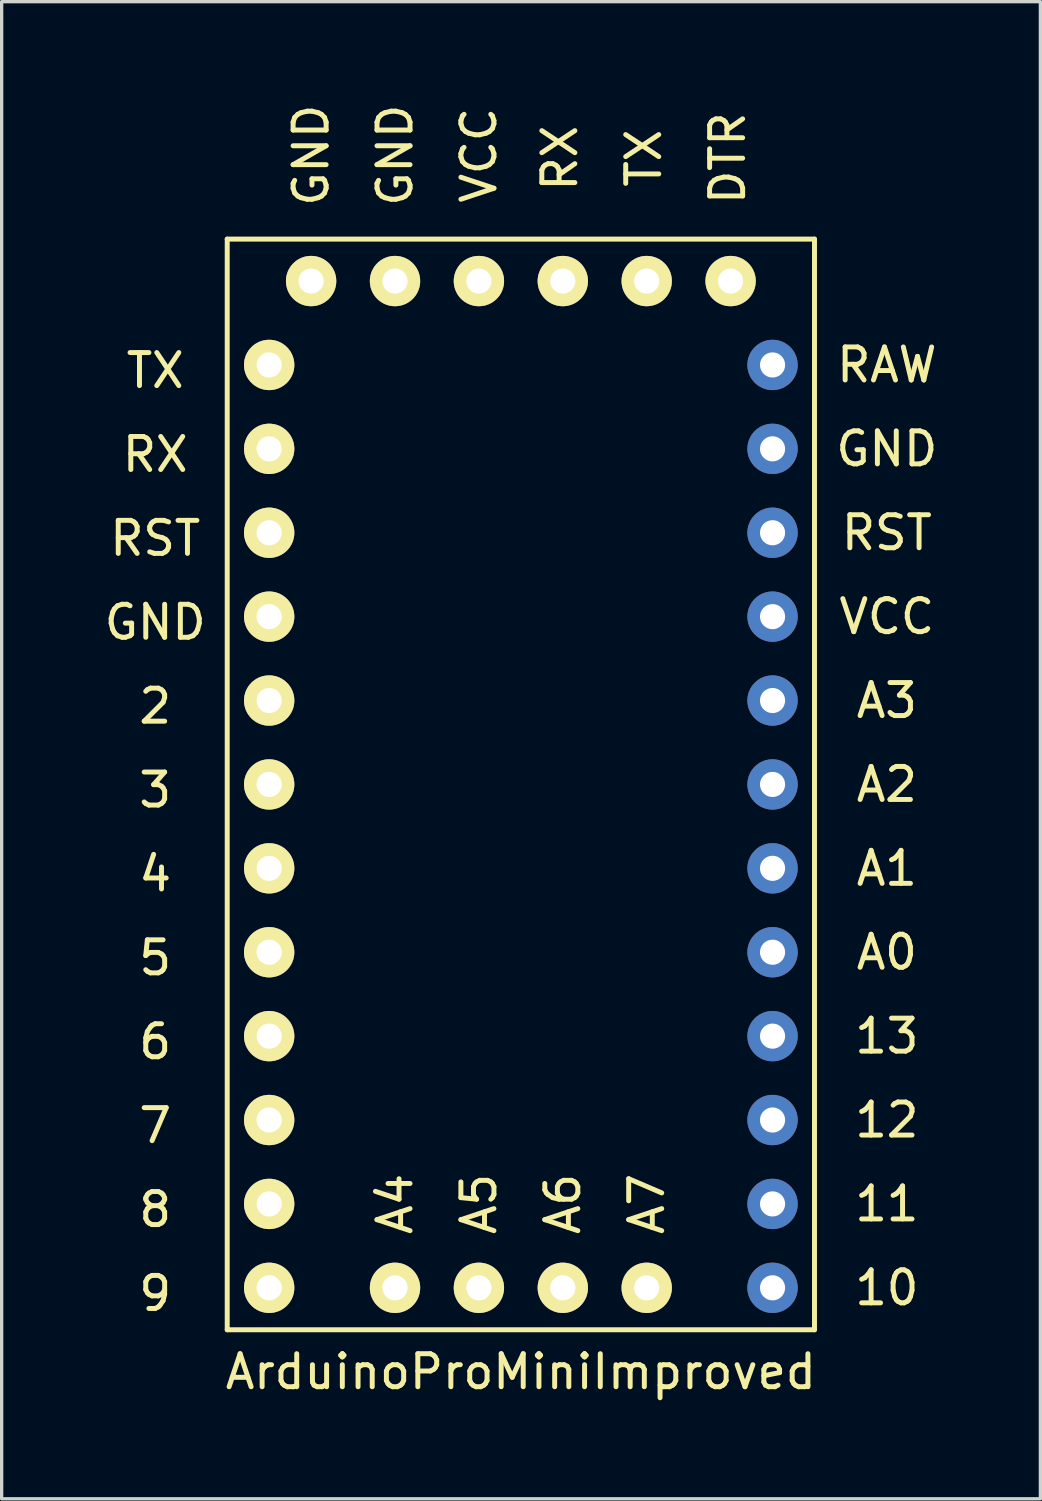
<source format=kicad_pcb>
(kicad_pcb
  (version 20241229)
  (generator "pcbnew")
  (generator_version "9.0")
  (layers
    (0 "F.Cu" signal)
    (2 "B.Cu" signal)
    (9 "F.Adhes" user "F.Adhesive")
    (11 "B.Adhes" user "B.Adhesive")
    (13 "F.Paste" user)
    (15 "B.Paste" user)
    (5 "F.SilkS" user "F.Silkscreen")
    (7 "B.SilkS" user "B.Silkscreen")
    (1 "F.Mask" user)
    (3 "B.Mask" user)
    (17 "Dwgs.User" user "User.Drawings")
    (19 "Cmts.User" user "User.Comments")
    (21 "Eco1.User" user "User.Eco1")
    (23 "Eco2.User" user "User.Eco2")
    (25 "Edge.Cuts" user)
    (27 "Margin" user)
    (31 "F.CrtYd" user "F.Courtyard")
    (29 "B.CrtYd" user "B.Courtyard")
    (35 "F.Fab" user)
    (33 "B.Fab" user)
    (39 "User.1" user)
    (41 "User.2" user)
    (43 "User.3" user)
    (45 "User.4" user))
  (footprint "ArduinoProMiniImproved"
    (layer "F.Cu")
    (at 12.719 15.619)
    (property "Reference" "ArduinoProMiniImproved" (at 0 22.86 0) (layer "F.SilkS") (effects (font (size 1 1) (thickness 0.15))))
    (attr through_hole)
    (fp_line (start -8.89 -11.43) (end 8.89 -11.43) (stroke (width 0.15) (type solid)) (layer "F.SilkS"))
    (fp_line (start -8.89 21.59) (end -8.89 -11.43) (stroke (width 0.15) (type solid)) (layer "F.SilkS"))
    (fp_line (start 8.89 -11.43) (end 8.89 21.59) (stroke (width 0.15) (type solid)) (layer "F.SilkS"))
    (fp_line (start 8.89 21.59) (end -8.89 21.59) (stroke (width 0.15) (type solid)) (layer "F.SilkS"))
    (fp_text user "RX" (at 1.18 -13.88 90) (layer "F.SilkS") (effects (font (size 1 1) (thickness 0.15))))
    (fp_text user "A6" (at 1.27 17.78 90) (layer "F.SilkS") (effects (font (size 1 1) (thickness 0.15))))
    (fp_text user "TX" (at -11.07 -7.45 0) (layer "F.SilkS") (effects (font (size 1 1) (thickness 0.15))))
    (fp_text user "A7" (at 3.81 17.78 90) (layer "F.SilkS") (effects (font (size 1 1) (thickness 0.15))))
    (fp_text user "RX" (at -11.07 -4.91 0) (layer "F.SilkS") (effects (font (size 1 1) (thickness 0.15))))
    (fp_text user "TX" (at 3.72 -13.88 90) (layer "F.SilkS") (effects (font (size 1 1) (thickness 0.15))))
    (fp_text user "13" (at 11.08 12.7 0) (layer "F.SilkS") (effects (font (size 1 1) (thickness 0.15))))
    (fp_text user "VCC" (at -1.27 -13.97 90) (layer "F.SilkS") (effects (font (size 1 1) (thickness 0.15))))
    (fp_text user "4" (at -11.07 7.79 0) (layer "F.SilkS") (effects (font (size 1 1) (thickness 0.15))))
    (fp_text user "5" (at -11.07 10.33 0) (layer "F.SilkS") (effects (font (size 1 1) (thickness 0.15))))
    (fp_text user "DTR" (at 6.26 -13.88 90) (layer "F.SilkS") (effects (font (size 1 1) (thickness 0.15))))
    (fp_text user "A3" (at 11.08 2.54 0) (layer "F.SilkS") (effects (font (size 1 1) (thickness 0.15))))
    (fp_text user "10" (at 11.08 20.32 0) (layer "F.SilkS") (effects (font (size 1 1) (thickness 0.15))))
    (fp_text user "A2" (at 11.08 5.08 0) (layer "F.SilkS") (effects (font (size 1 1) (thickness 0.15))))
    (fp_text user "A0" (at 11.08 10.16 0) (layer "F.SilkS") (effects (font (size 1 1) (thickness 0.15))))
    (fp_text user "11" (at 11.08 17.78 0) (layer "F.SilkS") (effects (font (size 1 1) (thickness 0.15))))
    (fp_text user "A4" (at -3.81 17.78 90) (layer "F.SilkS") (effects (font (size 1 1) (thickness 0.15))))
    (fp_text user "9" (at -11.07 20.49 0) (layer "F.SilkS") (effects (font (size 1 1) (thickness 0.15))))
    (fp_text user "RST" (at 11.08 -2.54 0) (layer "F.SilkS") (effects (font (size 1 1) (thickness 0.15))))
    (fp_text user "GND" (at -11.07 0.17 0) (layer "F.SilkS") (effects (font (size 1 1) (thickness 0.15))))
    (fp_text user "6" (at -11.07 12.87 0) (layer "F.SilkS") (effects (font (size 1 1) (thickness 0.15))))
    (fp_text user "A5" (at -1.27 17.78 90) (layer "F.SilkS") (effects (font (size 1 1) (thickness 0.15))))
    (fp_text user "7" (at -11.07 15.41 0) (layer "F.SilkS") (effects (font (size 1 1) (thickness 0.15))))
    (fp_text user "GND" (at -6.35 -13.97 90) (layer "F.SilkS") (effects (font (size 1 1) (thickness 0.15))))
    (fp_text user "8" (at -11.07 17.95 0) (layer "F.SilkS") (effects (font (size 1 1) (thickness 0.15))))
    (fp_text user "RST" (at -11.07 -2.37 0) (layer "F.SilkS") (effects (font (size 1 1) (thickness 0.15))))
    (fp_text user "RAW" (at 11.08 -7.62 0) (layer "F.SilkS") (effects (font (size 1 1) (thickness 0.15))))
    (fp_text user "GND" (at 11.08 -5.08 0) (layer "F.SilkS") (effects (font (size 1 1) (thickness 0.15))))
    (fp_text user "VCC" (at 11.08 0 0) (layer "F.SilkS") (effects (font (size 1 1) (thickness 0.15))))
    (fp_text user "A1" (at 11.08 7.62 0) (layer "F.SilkS") (effects (font (size 1 1) (thickness 0.15))))
    (fp_text user "GND" (at -3.81 -13.97 90) (layer "F.SilkS") (effects (font (size 1 1) (thickness 0.15))))
    (fp_text user "12" (at 11.08 15.24 0) (layer "F.SilkS") (effects (font (size 1 1) (thickness 0.15))))
    (fp_text user "3" (at -11.07 5.25 0) (layer "F.SilkS") (effects (font (size 1 1) (thickness 0.15))))
    (fp_text user "2" (at -11.07 2.71 0) (layer "F.SilkS") (effects (font (size 1 1) (thickness 0.15))))
    (pad "1" thru_hole circle (at 7.62 20.32) (size 1.524 1.524) (drill 0.762) (layers "*.Cu" "*.Mask"))
    (pad "2" thru_hole circle (at 7.62 17.78) (size 1.524 1.524) (drill 0.762) (layers "*.Cu" "*.Mask"))
    (pad "3" thru_hole circle (at 7.62 15.24) (size 1.524 1.524) (drill 0.762) (layers "*.Cu" "*.Mask"))
    (pad "4" thru_hole circle (at 7.62 12.7) (size 1.524 1.524) (drill 0.762) (layers "*.Cu" "*.Mask"))
    (pad "5" thru_hole circle (at 7.62 10.16) (size 1.524 1.524) (drill 0.762) (layers "*.Cu" "*.Mask"))
    (pad "6" thru_hole circle (at 7.62 7.62) (size 1.524 1.524) (drill 0.762) (layers "*.Cu" "*.Mask"))
    (pad "7" thru_hole circle (at 7.62 5.08) (size 1.524 1.524) (drill 0.762) (layers "*.Cu" "*.Mask"))
    (pad "8" thru_hole circle (at 7.62 2.54) (size 1.524 1.524) (drill 0.762) (layers "*.Cu" "*.Mask"))
    (pad "9" thru_hole circle (at 7.62 0) (size 1.524 1.524) (drill 0.762) (layers "*.Cu" "*.Mask"))
    (pad "10" thru_hole circle (at 7.62 -2.54) (size 1.524 1.524) (drill 0.762) (layers "*.Cu" "*.Mask"))
    (pad "11" thru_hole circle (at 7.62 -5.08) (size 1.524 1.524) (drill 0.762) (layers "*.Cu" "*.Mask"))
    (pad "12" thru_hole circle (at 7.62 -7.62) (size 1.524 1.524) (drill 0.762) (layers "*.Cu" "*.Mask"))
    (pad "13" thru_hole circle (at 6.35 -10.16) (size 1.524 1.524) (drill 0.762) (layers "*.Cu" "*.Mask" "F.SilkS"))
    (pad "14" thru_hole circle (at 3.81 -10.16) (size 1.524 1.524) (drill 0.762) (layers "*.Cu" "*.Mask" "F.SilkS"))
    (pad "15" thru_hole circle (at 1.27 -10.16) (size 1.524 1.524) (drill 0.762) (layers "*.Cu" "*.Mask" "F.SilkS"))
    (pad "16" thru_hole circle (at -1.27 -10.16) (size 1.524 1.524) (drill 0.762) (layers "*.Cu" "*.Mask" "F.SilkS"))
    (pad "17" thru_hole circle (at -3.81 -10.16) (size 1.524 1.524) (drill 0.762) (layers "*.Cu" "*.Mask" "F.SilkS"))
    (pad "18" thru_hole circle (at -6.35 -10.16) (size 1.524 1.524) (drill 0.762) (layers "*.Cu" "*.Mask" "F.SilkS"))
    (pad "19" thru_hole circle (at -7.62 -7.62) (size 1.524 1.524) (drill 0.762) (layers "*.Cu" "*.Mask" "F.SilkS"))
    (pad "20" thru_hole circle (at -7.62 -5.08) (size 1.524 1.524) (drill 0.762) (layers "*.Cu" "*.Mask" "F.SilkS"))
    (pad "21" thru_hole circle (at -7.62 -2.54) (size 1.524 1.524) (drill 0.762) (layers "*.Cu" "*.Mask" "F.SilkS"))
    (pad "22" thru_hole circle (at -7.62 0) (size 1.524 1.524) (drill 0.762) (layers "*.Cu" "*.Mask" "F.SilkS"))
    (pad "23" thru_hole circle (at -7.62 2.54) (size 1.524 1.524) (drill 0.762) (layers "*.Cu" "*.Mask" "F.SilkS"))
    (pad "24" thru_hole circle (at -7.62 5.08) (size 1.524 1.524) (drill 0.762) (layers "*.Cu" "*.Mask" "F.SilkS"))
    (pad "25" thru_hole circle (at -7.62 7.62) (size 1.524 1.524) (drill 0.762) (layers "*.Cu" "*.Mask" "F.SilkS"))
    (pad "26" thru_hole circle (at -7.62 10.16) (size 1.524 1.524) (drill 0.762) (layers "*.Cu" "*.Mask" "F.SilkS"))
    (pad "27" thru_hole circle (at -7.62 12.7) (size 1.524 1.524) (drill 0.762) (layers "*.Cu" "*.Mask" "F.SilkS"))
    (pad "28" thru_hole circle (at -7.62 15.24) (size 1.524 1.524) (drill 0.762) (layers "*.Cu" "*.Mask" "F.SilkS"))
    (pad "29" thru_hole circle (at -7.62 17.78) (size 1.524 1.524) (drill 0.762) (layers "*.Cu" "*.Mask" "F.SilkS"))
    (pad "30" thru_hole circle (at -7.62 20.32) (size 1.524 1.524) (drill 0.762) (layers "*.Cu" "*.Mask" "F.SilkS"))
    (pad "31" thru_hole circle (at -1.27 20.32) (size 1.524 1.524) (drill 0.762) (layers "*.Cu" "*.Mask" "F.SilkS"))
    (pad "32" thru_hole circle (at -3.81 20.32) (size 1.524 1.524) (drill 0.762) (layers "*.Cu" "*.Mask" "F.SilkS"))
    (pad "33" thru_hole circle (at 1.27 20.32) (size 1.524 1.524) (drill 0.762) (layers "*.Cu" "*.Mask" "F.SilkS"))
    (pad "34" thru_hole circle (at 3.81 20.32) (size 1.524 1.524) (drill 0.762) (layers "*.Cu" "*.Mask" "F.SilkS")))
  (gr_rect
    (start -3 -3)
    (end 28.448 42.327)
    (stroke (width 0.1) (type default))
    (fill no)
    (layer "Edge.Cuts")))
</source>
